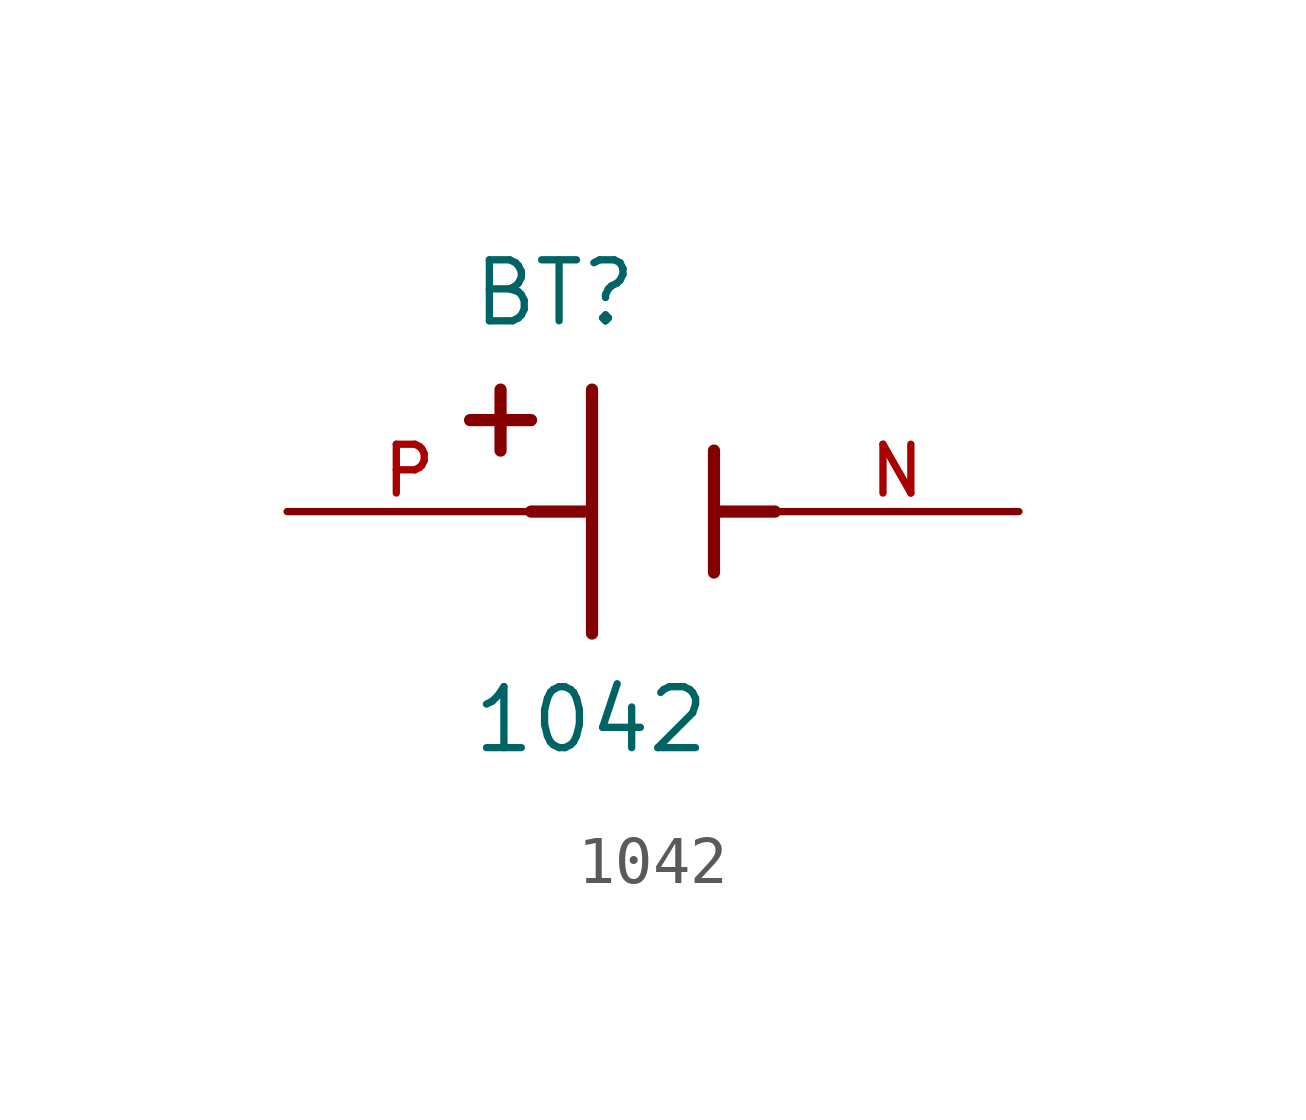
<source format=kicad_sym>
(kicad_symbol_lib
  (version 20211014)
  (generator kicad_symbol_editor)
  (symbol "1042"
    (pin_names
      (offset 1.016))
    (property "Reference" "BT"
      (at -3.81 3.81 0)
      (effects (font (size 1.27 1.27)) (justify bottom left)))
    (property "Value" "1042"
      (at -3.81 -5.08 0)
      (effects (font (size 1.27 1.27)) (justify bottom left)))
    (symbol "1042_0_0"
      (polyline (pts (xy -1.27 2.54) (xy -1.27 -2.54)) (stroke (width 0.254)))
      (polyline (pts (xy 1.27 1.27) (xy 1.27 -1.27)) (stroke (width 0.254)))
      (polyline (pts (xy -1.27 0.0) (xy -2.54 0.0)) (stroke (width 0.254)))
      (polyline (pts (xy 1.27 0.0) (xy 2.54 0.0)) (stroke (width 0.254)))
      (polyline (pts (xy -3.175 2.54) (xy -3.175 1.27)) (stroke (width 0.254)))
      (polyline (pts (xy -3.81 1.905) (xy -2.54 1.905)) (stroke (width 0.254)))
      (pin passive line (at -7.62 0.0 0) (length 5.08) (name "~" (effects (font (size 1.016 1.016)))) (number "P" (effects (font (size 1.016 1.016)))))
      (pin passive line (at 7.62 0.0 180.0) (length 5.08) (name "~" (effects (font (size 1.016 1.016)))) (number "N" (effects (font (size 1.016 1.016))))))))
</source>
